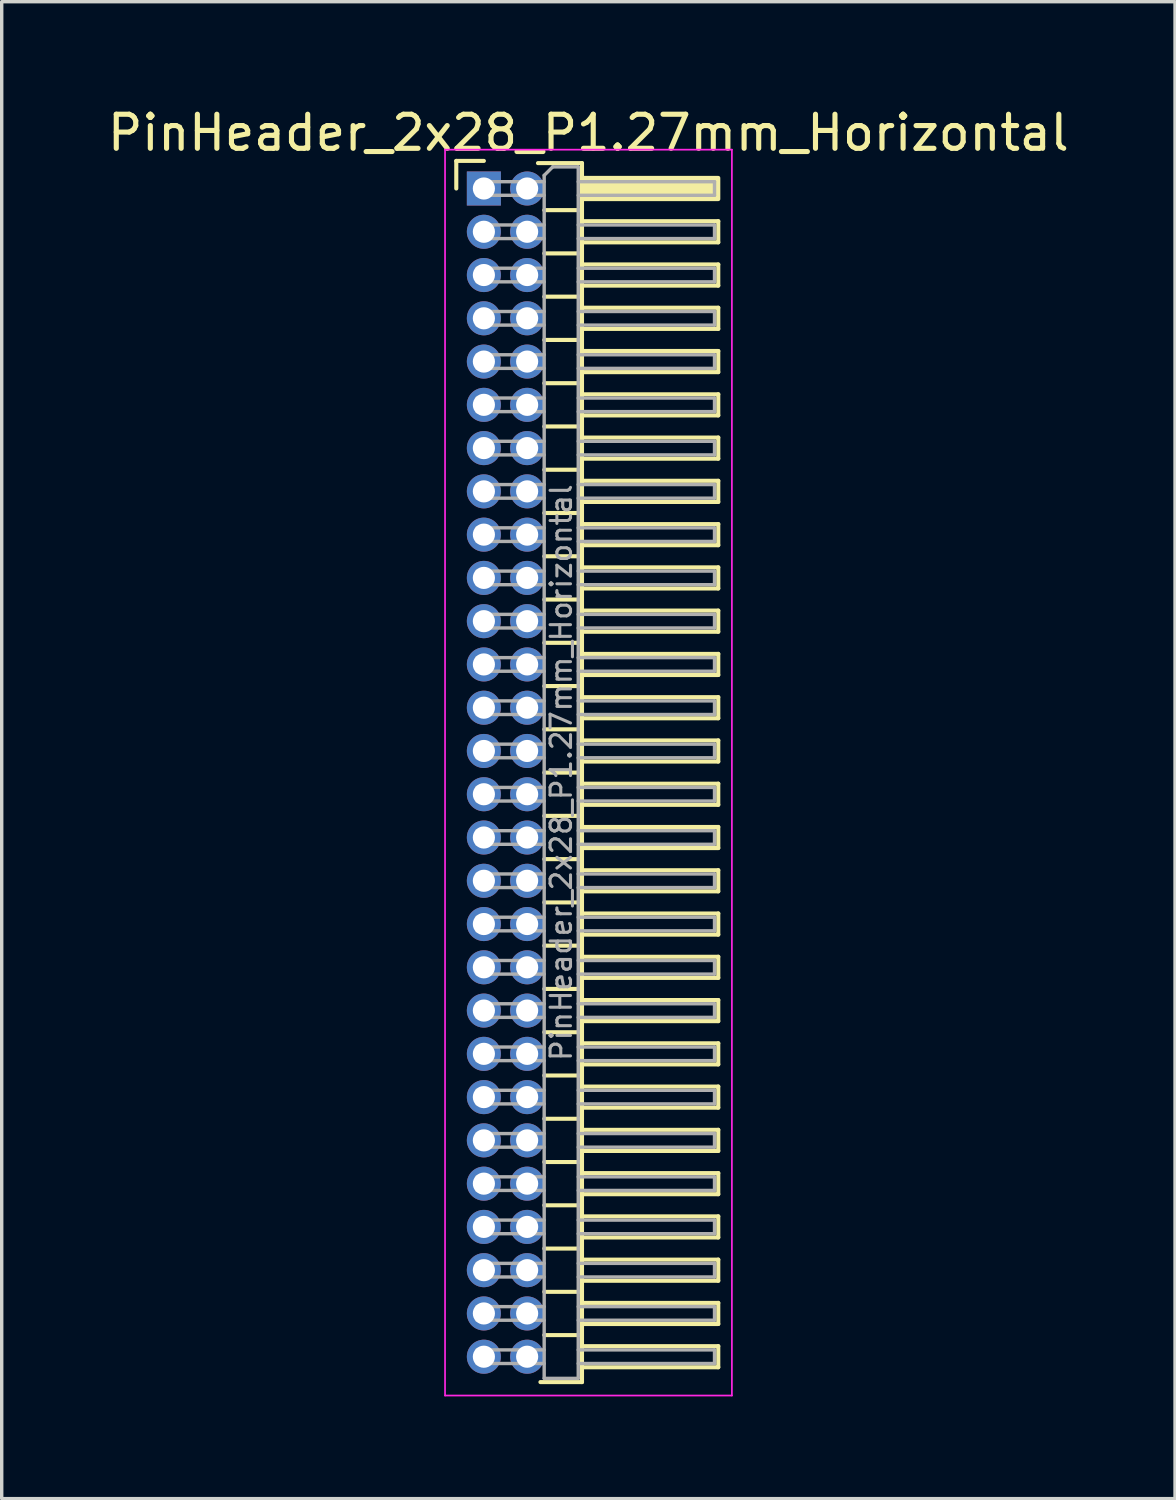
<source format=kicad_pcb>
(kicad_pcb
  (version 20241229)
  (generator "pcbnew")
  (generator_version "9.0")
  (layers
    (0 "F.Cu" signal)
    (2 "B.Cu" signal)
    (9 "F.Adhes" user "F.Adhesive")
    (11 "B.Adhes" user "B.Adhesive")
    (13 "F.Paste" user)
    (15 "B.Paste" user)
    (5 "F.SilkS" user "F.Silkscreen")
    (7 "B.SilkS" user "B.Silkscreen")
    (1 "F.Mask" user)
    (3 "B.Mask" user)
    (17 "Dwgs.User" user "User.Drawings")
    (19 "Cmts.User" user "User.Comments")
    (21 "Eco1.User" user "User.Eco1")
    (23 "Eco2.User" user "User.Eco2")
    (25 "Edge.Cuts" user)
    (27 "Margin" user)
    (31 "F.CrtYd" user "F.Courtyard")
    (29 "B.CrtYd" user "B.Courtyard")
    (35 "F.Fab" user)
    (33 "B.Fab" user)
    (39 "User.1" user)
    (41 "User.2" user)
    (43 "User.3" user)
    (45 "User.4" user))
  (footprint "PinHeader_2x28_P1.27mm_Horizontal"
    (layer "F.Cu")
    (at 11.153 2.483)
    (property "Reference" "PinHeader_2x28_P1.27mm_Horizontal" (at 3.067 -1.635 0) (layer "F.SilkS") (effects (font (size 1 1) (thickness 0.15))))
    (attr through_hole)
    (fp_line (start -0.81 -0.81) (end 0 -0.81) (stroke (width 0.12) (type solid)) (layer "F.SilkS"))
    (fp_line (start -0.81 0) (end -0.81 -0.81) (stroke (width 0.12) (type solid)) (layer "F.SilkS"))
    (fp_line (start 1.588 -0.745) (end 2.88 -0.745) (stroke (width 0.12) (type solid)) (layer "F.SilkS"))
    (fp_line (start 1.773 0.635) (end 2.88 0.635) (stroke (width 0.12) (type solid)) (layer "F.SilkS"))
    (fp_line (start 1.773 1.905) (end 2.88 1.905) (stroke (width 0.12) (type solid)) (layer "F.SilkS"))
    (fp_line (start 1.773 3.175) (end 2.88 3.175) (stroke (width 0.12) (type solid)) (layer "F.SilkS"))
    (fp_line (start 1.773 4.445) (end 2.88 4.445) (stroke (width 0.12) (type solid)) (layer "F.SilkS"))
    (fp_line (start 1.773 5.715) (end 2.88 5.715) (stroke (width 0.12) (type solid)) (layer "F.SilkS"))
    (fp_line (start 1.773 6.985) (end 2.88 6.985) (stroke (width 0.12) (type solid)) (layer "F.SilkS"))
    (fp_line (start 1.773 8.255) (end 2.88 8.255) (stroke (width 0.12) (type solid)) (layer "F.SilkS"))
    (fp_line (start 1.773 9.525) (end 2.88 9.525) (stroke (width 0.12) (type solid)) (layer "F.SilkS"))
    (fp_line (start 1.773 10.795) (end 2.88 10.795) (stroke (width 0.12) (type solid)) (layer "F.SilkS"))
    (fp_line (start 1.773 12.065) (end 2.88 12.065) (stroke (width 0.12) (type solid)) (layer "F.SilkS"))
    (fp_line (start 1.773 13.335) (end 2.88 13.335) (stroke (width 0.12) (type solid)) (layer "F.SilkS"))
    (fp_line (start 1.773 14.605) (end 2.88 14.605) (stroke (width 0.12) (type solid)) (layer "F.SilkS"))
    (fp_line (start 1.773 15.875) (end 2.88 15.875) (stroke (width 0.12) (type solid)) (layer "F.SilkS"))
    (fp_line (start 1.773 17.145) (end 2.88 17.145) (stroke (width 0.12) (type solid)) (layer "F.SilkS"))
    (fp_line (start 1.773 18.415) (end 2.88 18.415) (stroke (width 0.12) (type solid)) (layer "F.SilkS"))
    (fp_line (start 1.773 19.685) (end 2.88 19.685) (stroke (width 0.12) (type solid)) (layer "F.SilkS"))
    (fp_line (start 1.773 20.955) (end 2.88 20.955) (stroke (width 0.12) (type solid)) (layer "F.SilkS"))
    (fp_line (start 1.773 22.225) (end 2.88 22.225) (stroke (width 0.12) (type solid)) (layer "F.SilkS"))
    (fp_line (start 1.773 23.495) (end 2.88 23.495) (stroke (width 0.12) (type solid)) (layer "F.SilkS"))
    (fp_line (start 1.773 24.765) (end 2.88 24.765) (stroke (width 0.12) (type solid)) (layer "F.SilkS"))
    (fp_line (start 1.773 26.035) (end 2.88 26.035) (stroke (width 0.12) (type solid)) (layer "F.SilkS"))
    (fp_line (start 1.773 27.305) (end 2.88 27.305) (stroke (width 0.12) (type solid)) (layer "F.SilkS"))
    (fp_line (start 1.773 28.575) (end 2.88 28.575) (stroke (width 0.12) (type solid)) (layer "F.SilkS"))
    (fp_line (start 1.773 29.845) (end 2.88 29.845) (stroke (width 0.12) (type solid)) (layer "F.SilkS"))
    (fp_line (start 1.773 31.115) (end 2.88 31.115) (stroke (width 0.12) (type solid)) (layer "F.SilkS"))
    (fp_line (start 1.773 32.385) (end 2.88 32.385) (stroke (width 0.12) (type solid)) (layer "F.SilkS"))
    (fp_line (start 1.773 33.655) (end 2.88 33.655) (stroke (width 0.12) (type solid)) (layer "F.SilkS"))
    (fp_line (start 2.88 -0.745) (end 2.88 35.035) (stroke (width 0.12) (type solid)) (layer "F.SilkS"))
    (fp_line (start 2.88 0.96) (end 6.88 0.96) (stroke (width 0.12) (type solid)) (layer "F.SilkS"))
    (fp_line (start 2.88 2.23) (end 6.88 2.23) (stroke (width 0.12) (type solid)) (layer "F.SilkS"))
    (fp_line (start 2.88 3.5) (end 6.88 3.5) (stroke (width 0.12) (type solid)) (layer "F.SilkS"))
    (fp_line (start 2.88 4.77) (end 6.88 4.77) (stroke (width 0.12) (type solid)) (layer "F.SilkS"))
    (fp_line (start 2.88 6.04) (end 6.88 6.04) (stroke (width 0.12) (type solid)) (layer "F.SilkS"))
    (fp_line (start 2.88 7.31) (end 6.88 7.31) (stroke (width 0.12) (type solid)) (layer "F.SilkS"))
    (fp_line (start 2.88 8.58) (end 6.88 8.58) (stroke (width 0.12) (type solid)) (layer "F.SilkS"))
    (fp_line (start 2.88 9.85) (end 6.88 9.85) (stroke (width 0.12) (type solid)) (layer "F.SilkS"))
    (fp_line (start 2.88 11.12) (end 6.88 11.12) (stroke (width 0.12) (type solid)) (layer "F.SilkS"))
    (fp_line (start 2.88 12.39) (end 6.88 12.39) (stroke (width 0.12) (type solid)) (layer "F.SilkS"))
    (fp_line (start 2.88 13.66) (end 6.88 13.66) (stroke (width 0.12) (type solid)) (layer "F.SilkS"))
    (fp_line (start 2.88 14.93) (end 6.88 14.93) (stroke (width 0.12) (type solid)) (layer "F.SilkS"))
    (fp_line (start 2.88 16.2) (end 6.88 16.2) (stroke (width 0.12) (type solid)) (layer "F.SilkS"))
    (fp_line (start 2.88 17.47) (end 6.88 17.47) (stroke (width 0.12) (type solid)) (layer "F.SilkS"))
    (fp_line (start 2.88 18.74) (end 6.88 18.74) (stroke (width 0.12) (type solid)) (layer "F.SilkS"))
    (fp_line (start 2.88 20.01) (end 6.88 20.01) (stroke (width 0.12) (type solid)) (layer "F.SilkS"))
    (fp_line (start 2.88 21.28) (end 6.88 21.28) (stroke (width 0.12) (type solid)) (layer "F.SilkS"))
    (fp_line (start 2.88 22.55) (end 6.88 22.55) (stroke (width 0.12) (type solid)) (layer "F.SilkS"))
    (fp_line (start 2.88 23.82) (end 6.88 23.82) (stroke (width 0.12) (type solid)) (layer "F.SilkS"))
    (fp_line (start 2.88 25.09) (end 6.88 25.09) (stroke (width 0.12) (type solid)) (layer "F.SilkS"))
    (fp_line (start 2.88 26.36) (end 6.88 26.36) (stroke (width 0.12) (type solid)) (layer "F.SilkS"))
    (fp_line (start 2.88 27.63) (end 6.88 27.63) (stroke (width 0.12) (type solid)) (layer "F.SilkS"))
    (fp_line (start 2.88 28.9) (end 6.88 28.9) (stroke (width 0.12) (type solid)) (layer "F.SilkS"))
    (fp_line (start 2.88 30.17) (end 6.88 30.17) (stroke (width 0.12) (type solid)) (layer "F.SilkS"))
    (fp_line (start 2.88 31.44) (end 6.88 31.44) (stroke (width 0.12) (type solid)) (layer "F.SilkS"))
    (fp_line (start 2.88 32.71) (end 6.88 32.71) (stroke (width 0.12) (type solid)) (layer "F.SilkS"))
    (fp_line (start 2.88 33.98) (end 6.88 33.98) (stroke (width 0.12) (type solid)) (layer "F.SilkS"))
    (fp_line (start 2.88 35.035) (end 1.66 35.035) (stroke (width 0.12) (type solid)) (layer "F.SilkS"))
    (fp_line (start 6.88 0.96) (end 6.88 1.58) (stroke (width 0.12) (type solid)) (layer "F.SilkS"))
    (fp_line (start 6.88 1.58) (end 2.88 1.58) (stroke (width 0.12) (type solid)) (layer "F.SilkS"))
    (fp_line (start 6.88 2.23) (end 6.88 2.85) (stroke (width 0.12) (type solid)) (layer "F.SilkS"))
    (fp_line (start 6.88 2.85) (end 2.88 2.85) (stroke (width 0.12) (type solid)) (layer "F.SilkS"))
    (fp_line (start 6.88 3.5) (end 6.88 4.12) (stroke (width 0.12) (type solid)) (layer "F.SilkS"))
    (fp_line (start 6.88 4.12) (end 2.88 4.12) (stroke (width 0.12) (type solid)) (layer "F.SilkS"))
    (fp_line (start 6.88 4.77) (end 6.88 5.39) (stroke (width 0.12) (type solid)) (layer "F.SilkS"))
    (fp_line (start 6.88 5.39) (end 2.88 5.39) (stroke (width 0.12) (type solid)) (layer "F.SilkS"))
    (fp_line (start 6.88 6.04) (end 6.88 6.66) (stroke (width 0.12) (type solid)) (layer "F.SilkS"))
    (fp_line (start 6.88 6.66) (end 2.88 6.66) (stroke (width 0.12) (type solid)) (layer "F.SilkS"))
    (fp_line (start 6.88 7.31) (end 6.88 7.93) (stroke (width 0.12) (type solid)) (layer "F.SilkS"))
    (fp_line (start 6.88 7.93) (end 2.88 7.93) (stroke (width 0.12) (type solid)) (layer "F.SilkS"))
    (fp_line (start 6.88 8.58) (end 6.88 9.2) (stroke (width 0.12) (type solid)) (layer "F.SilkS"))
    (fp_line (start 6.88 9.2) (end 2.88 9.2) (stroke (width 0.12) (type solid)) (layer "F.SilkS"))
    (fp_line (start 6.88 9.85) (end 6.88 10.47) (stroke (width 0.12) (type solid)) (layer "F.SilkS"))
    (fp_line (start 6.88 10.47) (end 2.88 10.47) (stroke (width 0.12) (type solid)) (layer "F.SilkS"))
    (fp_line (start 6.88 11.12) (end 6.88 11.74) (stroke (width 0.12) (type solid)) (layer "F.SilkS"))
    (fp_line (start 6.88 11.74) (end 2.88 11.74) (stroke (width 0.12) (type solid)) (layer "F.SilkS"))
    (fp_line (start 6.88 12.39) (end 6.88 13.01) (stroke (width 0.12) (type solid)) (layer "F.SilkS"))
    (fp_line (start 6.88 13.01) (end 2.88 13.01) (stroke (width 0.12) (type solid)) (layer "F.SilkS"))
    (fp_line (start 6.88 13.66) (end 6.88 14.28) (stroke (width 0.12) (type solid)) (layer "F.SilkS"))
    (fp_line (start 6.88 14.28) (end 2.88 14.28) (stroke (width 0.12) (type solid)) (layer "F.SilkS"))
    (fp_line (start 6.88 14.93) (end 6.88 15.55) (stroke (width 0.12) (type solid)) (layer "F.SilkS"))
    (fp_line (start 6.88 15.55) (end 2.88 15.55) (stroke (width 0.12) (type solid)) (layer "F.SilkS"))
    (fp_line (start 6.88 16.2) (end 6.88 16.82) (stroke (width 0.12) (type solid)) (layer "F.SilkS"))
    (fp_line (start 6.88 16.82) (end 2.88 16.82) (stroke (width 0.12) (type solid)) (layer "F.SilkS"))
    (fp_line (start 6.88 17.47) (end 6.88 18.09) (stroke (width 0.12) (type solid)) (layer "F.SilkS"))
    (fp_line (start 6.88 18.09) (end 2.88 18.09) (stroke (width 0.12) (type solid)) (layer "F.SilkS"))
    (fp_line (start 6.88 18.74) (end 6.88 19.36) (stroke (width 0.12) (type solid)) (layer "F.SilkS"))
    (fp_line (start 6.88 19.36) (end 2.88 19.36) (stroke (width 0.12) (type solid)) (layer "F.SilkS"))
    (fp_line (start 6.88 20.01) (end 6.88 20.63) (stroke (width 0.12) (type solid)) (layer "F.SilkS"))
    (fp_line (start 6.88 20.63) (end 2.88 20.63) (stroke (width 0.12) (type solid)) (layer "F.SilkS"))
    (fp_line (start 6.88 21.28) (end 6.88 21.9) (stroke (width 0.12) (type solid)) (layer "F.SilkS"))
    (fp_line (start 6.88 21.9) (end 2.88 21.9) (stroke (width 0.12) (type solid)) (layer "F.SilkS"))
    (fp_line (start 6.88 22.55) (end 6.88 23.17) (stroke (width 0.12) (type solid)) (layer "F.SilkS"))
    (fp_line (start 6.88 23.17) (end 2.88 23.17) (stroke (width 0.12) (type solid)) (layer "F.SilkS"))
    (fp_line (start 6.88 23.82) (end 6.88 24.44) (stroke (width 0.12) (type solid)) (layer "F.SilkS"))
    (fp_line (start 6.88 24.44) (end 2.88 24.44) (stroke (width 0.12) (type solid)) (layer "F.SilkS"))
    (fp_line (start 6.88 25.09) (end 6.88 25.71) (stroke (width 0.12) (type solid)) (layer "F.SilkS"))
    (fp_line (start 6.88 25.71) (end 2.88 25.71) (stroke (width 0.12) (type solid)) (layer "F.SilkS"))
    (fp_line (start 6.88 26.36) (end 6.88 26.98) (stroke (width 0.12) (type solid)) (layer "F.SilkS"))
    (fp_line (start 6.88 26.98) (end 2.88 26.98) (stroke (width 0.12) (type solid)) (layer "F.SilkS"))
    (fp_line (start 6.88 27.63) (end 6.88 28.25) (stroke (width 0.12) (type solid)) (layer "F.SilkS"))
    (fp_line (start 6.88 28.25) (end 2.88 28.25) (stroke (width 0.12) (type solid)) (layer "F.SilkS"))
    (fp_line (start 6.88 28.9) (end 6.88 29.52) (stroke (width 0.12) (type solid)) (layer "F.SilkS"))
    (fp_line (start 6.88 29.52) (end 2.88 29.52) (stroke (width 0.12) (type solid)) (layer "F.SilkS"))
    (fp_line (start 6.88 30.17) (end 6.88 30.79) (stroke (width 0.12) (type solid)) (layer "F.SilkS"))
    (fp_line (start 6.88 30.79) (end 2.88 30.79) (stroke (width 0.12) (type solid)) (layer "F.SilkS"))
    (fp_line (start 6.88 31.44) (end 6.88 32.06) (stroke (width 0.12) (type solid)) (layer "F.SilkS"))
    (fp_line (start 6.88 32.06) (end 2.88 32.06) (stroke (width 0.12) (type solid)) (layer "F.SilkS"))
    (fp_line (start 6.88 32.71) (end 6.88 33.33) (stroke (width 0.12) (type solid)) (layer "F.SilkS"))
    (fp_line (start 6.88 33.33) (end 2.88 33.33) (stroke (width 0.12) (type solid)) (layer "F.SilkS"))
    (fp_line (start 6.88 33.98) (end 6.88 34.6) (stroke (width 0.12) (type solid)) (layer "F.SilkS"))
    (fp_line (start 6.88 34.6) (end 2.88 34.6) (stroke (width 0.12) (type solid)) (layer "F.SilkS"))
    (fp_rect (start 2.88 -0.31) (end 6.88 0.31) (stroke (width 0.12) (type solid)) (fill yes) (layer "F.SilkS"))
    (fp_line (start -1.14 -1.14) (end -1.14 35.43) (stroke (width 0.05) (type solid)) (layer "F.CrtYd"))
    (fp_line (start -1.14 35.43) (end 7.28 35.43) (stroke (width 0.05) (type solid)) (layer "F.CrtYd"))
    (fp_line (start 7.28 -1.14) (end -1.14 -1.14) (stroke (width 0.05) (type solid)) (layer "F.CrtYd"))
    (fp_line (start 7.28 35.43) (end 7.28 -1.14) (stroke (width 0.05) (type solid)) (layer "F.CrtYd"))
    (fp_line (start -0.2 -0.2) (end -0.2 0.2) (stroke (width 0.1) (type solid)) (layer "F.Fab"))
    (fp_line (start -0.2 -0.2) (end 1.77 -0.2) (stroke (width 0.1) (type solid)) (layer "F.Fab"))
    (fp_line (start -0.2 0.2) (end 1.77 0.2) (stroke (width 0.1) (type solid)) (layer "F.Fab"))
    (fp_line (start -0.2 1.07) (end -0.2 1.47) (stroke (width 0.1) (type solid)) (layer "F.Fab"))
    (fp_line (start -0.2 1.07) (end 1.77 1.07) (stroke (width 0.1) (type solid)) (layer "F.Fab"))
    (fp_line (start -0.2 1.47) (end 1.77 1.47) (stroke (width 0.1) (type solid)) (layer "F.Fab"))
    (fp_line (start -0.2 2.34) (end -0.2 2.74) (stroke (width 0.1) (type solid)) (layer "F.Fab"))
    (fp_line (start -0.2 2.34) (end 1.77 2.34) (stroke (width 0.1) (type solid)) (layer "F.Fab"))
    (fp_line (start -0.2 2.74) (end 1.77 2.74) (stroke (width 0.1) (type solid)) (layer "F.Fab"))
    (fp_line (start -0.2 3.61) (end -0.2 4.01) (stroke (width 0.1) (type solid)) (layer "F.Fab"))
    (fp_line (start -0.2 3.61) (end 1.77 3.61) (stroke (width 0.1) (type solid)) (layer "F.Fab"))
    (fp_line (start -0.2 4.01) (end 1.77 4.01) (stroke (width 0.1) (type solid)) (layer "F.Fab"))
    (fp_line (start -0.2 4.88) (end -0.2 5.28) (stroke (width 0.1) (type solid)) (layer "F.Fab"))
    (fp_line (start -0.2 4.88) (end 1.77 4.88) (stroke (width 0.1) (type solid)) (layer "F.Fab"))
    (fp_line (start -0.2 5.28) (end 1.77 5.28) (stroke (width 0.1) (type solid)) (layer "F.Fab"))
    (fp_line (start -0.2 6.15) (end -0.2 6.55) (stroke (width 0.1) (type solid)) (layer "F.Fab"))
    (fp_line (start -0.2 6.15) (end 1.77 6.15) (stroke (width 0.1) (type solid)) (layer "F.Fab"))
    (fp_line (start -0.2 6.55) (end 1.77 6.55) (stroke (width 0.1) (type solid)) (layer "F.Fab"))
    (fp_line (start -0.2 7.42) (end -0.2 7.82) (stroke (width 0.1) (type solid)) (layer "F.Fab"))
    (fp_line (start -0.2 7.42) (end 1.77 7.42) (stroke (width 0.1) (type solid)) (layer "F.Fab"))
    (fp_line (start -0.2 7.82) (end 1.77 7.82) (stroke (width 0.1) (type solid)) (layer "F.Fab"))
    (fp_line (start -0.2 8.69) (end -0.2 9.09) (stroke (width 0.1) (type solid)) (layer "F.Fab"))
    (fp_line (start -0.2 8.69) (end 1.77 8.69) (stroke (width 0.1) (type solid)) (layer "F.Fab"))
    (fp_line (start -0.2 9.09) (end 1.77 9.09) (stroke (width 0.1) (type solid)) (layer "F.Fab"))
    (fp_line (start -0.2 9.96) (end -0.2 10.36) (stroke (width 0.1) (type solid)) (layer "F.Fab"))
    (fp_line (start -0.2 9.96) (end 1.77 9.96) (stroke (width 0.1) (type solid)) (layer "F.Fab"))
    (fp_line (start -0.2 10.36) (end 1.77 10.36) (stroke (width 0.1) (type solid)) (layer "F.Fab"))
    (fp_line (start -0.2 11.23) (end -0.2 11.63) (stroke (width 0.1) (type solid)) (layer "F.Fab"))
    (fp_line (start -0.2 11.23) (end 1.77 11.23) (stroke (width 0.1) (type solid)) (layer "F.Fab"))
    (fp_line (start -0.2 11.63) (end 1.77 11.63) (stroke (width 0.1) (type solid)) (layer "F.Fab"))
    (fp_line (start -0.2 12.5) (end -0.2 12.9) (stroke (width 0.1) (type solid)) (layer "F.Fab"))
    (fp_line (start -0.2 12.5) (end 1.77 12.5) (stroke (width 0.1) (type solid)) (layer "F.Fab"))
    (fp_line (start -0.2 12.9) (end 1.77 12.9) (stroke (width 0.1) (type solid)) (layer "F.Fab"))
    (fp_line (start -0.2 13.77) (end -0.2 14.17) (stroke (width 0.1) (type solid)) (layer "F.Fab"))
    (fp_line (start -0.2 13.77) (end 1.77 13.77) (stroke (width 0.1) (type solid)) (layer "F.Fab"))
    (fp_line (start -0.2 14.17) (end 1.77 14.17) (stroke (width 0.1) (type solid)) (layer "F.Fab"))
    (fp_line (start -0.2 15.04) (end -0.2 15.44) (stroke (width 0.1) (type solid)) (layer "F.Fab"))
    (fp_line (start -0.2 15.04) (end 1.77 15.04) (stroke (width 0.1) (type solid)) (layer "F.Fab"))
    (fp_line (start -0.2 15.44) (end 1.77 15.44) (stroke (width 0.1) (type solid)) (layer "F.Fab"))
    (fp_line (start -0.2 16.31) (end -0.2 16.71) (stroke (width 0.1) (type solid)) (layer "F.Fab"))
    (fp_line (start -0.2 16.31) (end 1.77 16.31) (stroke (width 0.1) (type solid)) (layer "F.Fab"))
    (fp_line (start -0.2 16.71) (end 1.77 16.71) (stroke (width 0.1) (type solid)) (layer "F.Fab"))
    (fp_line (start -0.2 17.58) (end -0.2 17.98) (stroke (width 0.1) (type solid)) (layer "F.Fab"))
    (fp_line (start -0.2 17.58) (end 1.77 17.58) (stroke (width 0.1) (type solid)) (layer "F.Fab"))
    (fp_line (start -0.2 17.98) (end 1.77 17.98) (stroke (width 0.1) (type solid)) (layer "F.Fab"))
    (fp_line (start -0.2 18.85) (end -0.2 19.25) (stroke (width 0.1) (type solid)) (layer "F.Fab"))
    (fp_line (start -0.2 18.85) (end 1.77 18.85) (stroke (width 0.1) (type solid)) (layer "F.Fab"))
    (fp_line (start -0.2 19.25) (end 1.77 19.25) (stroke (width 0.1) (type solid)) (layer "F.Fab"))
    (fp_line (start -0.2 20.12) (end -0.2 20.52) (stroke (width 0.1) (type solid)) (layer "F.Fab"))
    (fp_line (start -0.2 20.12) (end 1.77 20.12) (stroke (width 0.1) (type solid)) (layer "F.Fab"))
    (fp_line (start -0.2 20.52) (end 1.77 20.52) (stroke (width 0.1) (type solid)) (layer "F.Fab"))
    (fp_line (start -0.2 21.39) (end -0.2 21.79) (stroke (width 0.1) (type solid)) (layer "F.Fab"))
    (fp_line (start -0.2 21.39) (end 1.77 21.39) (stroke (width 0.1) (type solid)) (layer "F.Fab"))
    (fp_line (start -0.2 21.79) (end 1.77 21.79) (stroke (width 0.1) (type solid)) (layer "F.Fab"))
    (fp_line (start -0.2 22.66) (end -0.2 23.06) (stroke (width 0.1) (type solid)) (layer "F.Fab"))
    (fp_line (start -0.2 22.66) (end 1.77 22.66) (stroke (width 0.1) (type solid)) (layer "F.Fab"))
    (fp_line (start -0.2 23.06) (end 1.77 23.06) (stroke (width 0.1) (type solid)) (layer "F.Fab"))
    (fp_line (start -0.2 23.93) (end -0.2 24.33) (stroke (width 0.1) (type solid)) (layer "F.Fab"))
    (fp_line (start -0.2 23.93) (end 1.77 23.93) (stroke (width 0.1) (type solid)) (layer "F.Fab"))
    (fp_line (start -0.2 24.33) (end 1.77 24.33) (stroke (width 0.1) (type solid)) (layer "F.Fab"))
    (fp_line (start -0.2 25.2) (end -0.2 25.6) (stroke (width 0.1) (type solid)) (layer "F.Fab"))
    (fp_line (start -0.2 25.2) (end 1.77 25.2) (stroke (width 0.1) (type solid)) (layer "F.Fab"))
    (fp_line (start -0.2 25.6) (end 1.77 25.6) (stroke (width 0.1) (type solid)) (layer "F.Fab"))
    (fp_line (start -0.2 26.47) (end -0.2 26.87) (stroke (width 0.1) (type solid)) (layer "F.Fab"))
    (fp_line (start -0.2 26.47) (end 1.77 26.47) (stroke (width 0.1) (type solid)) (layer "F.Fab"))
    (fp_line (start -0.2 26.87) (end 1.77 26.87) (stroke (width 0.1) (type solid)) (layer "F.Fab"))
    (fp_line (start -0.2 27.74) (end -0.2 28.14) (stroke (width 0.1) (type solid)) (layer "F.Fab"))
    (fp_line (start -0.2 27.74) (end 1.77 27.74) (stroke (width 0.1) (type solid)) (layer "F.Fab"))
    (fp_line (start -0.2 28.14) (end 1.77 28.14) (stroke (width 0.1) (type solid)) (layer "F.Fab"))
    (fp_line (start -0.2 29.01) (end -0.2 29.41) (stroke (width 0.1) (type solid)) (layer "F.Fab"))
    (fp_line (start -0.2 29.01) (end 1.77 29.01) (stroke (width 0.1) (type solid)) (layer "F.Fab"))
    (fp_line (start -0.2 29.41) (end 1.77 29.41) (stroke (width 0.1) (type solid)) (layer "F.Fab"))
    (fp_line (start -0.2 30.28) (end -0.2 30.68) (stroke (width 0.1) (type solid)) (layer "F.Fab"))
    (fp_line (start -0.2 30.28) (end 1.77 30.28) (stroke (width 0.1) (type solid)) (layer "F.Fab"))
    (fp_line (start -0.2 30.68) (end 1.77 30.68) (stroke (width 0.1) (type solid)) (layer "F.Fab"))
    (fp_line (start -0.2 31.55) (end -0.2 31.95) (stroke (width 0.1) (type solid)) (layer "F.Fab"))
    (fp_line (start -0.2 31.55) (end 1.77 31.55) (stroke (width 0.1) (type solid)) (layer "F.Fab"))
    (fp_line (start -0.2 31.95) (end 1.77 31.95) (stroke (width 0.1) (type solid)) (layer "F.Fab"))
    (fp_line (start -0.2 32.82) (end -0.2 33.22) (stroke (width 0.1) (type solid)) (layer "F.Fab"))
    (fp_line (start -0.2 32.82) (end 1.77 32.82) (stroke (width 0.1) (type solid)) (layer "F.Fab"))
    (fp_line (start -0.2 33.22) (end 1.77 33.22) (stroke (width 0.1) (type solid)) (layer "F.Fab"))
    (fp_line (start -0.2 34.09) (end -0.2 34.49) (stroke (width 0.1) (type solid)) (layer "F.Fab"))
    (fp_line (start -0.2 34.09) (end 1.77 34.09) (stroke (width 0.1) (type solid)) (layer "F.Fab"))
    (fp_line (start -0.2 34.49) (end 1.77 34.49) (stroke (width 0.1) (type solid)) (layer "F.Fab"))
    (fp_line (start 1.77 -0.385) (end 2.02 -0.635) (stroke (width 0.1) (type solid)) (layer "F.Fab"))
    (fp_line (start 1.77 34.925) (end 1.77 -0.385) (stroke (width 0.1) (type solid)) (layer "F.Fab"))
    (fp_line (start 2.02 -0.635) (end 2.77 -0.635) (stroke (width 0.1) (type solid)) (layer "F.Fab"))
    (fp_line (start 2.77 -0.635) (end 2.77 34.925) (stroke (width 0.1) (type solid)) (layer "F.Fab"))
    (fp_line (start 2.77 -0.2) (end 6.77 -0.2) (stroke (width 0.1) (type solid)) (layer "F.Fab"))
    (fp_line (start 2.77 0.2) (end 6.77 0.2) (stroke (width 0.1) (type solid)) (layer "F.Fab"))
    (fp_line (start 2.77 1.07) (end 6.77 1.07) (stroke (width 0.1) (type solid)) (layer "F.Fab"))
    (fp_line (start 2.77 1.47) (end 6.77 1.47) (stroke (width 0.1) (type solid)) (layer "F.Fab"))
    (fp_line (start 2.77 2.34) (end 6.77 2.34) (stroke (width 0.1) (type solid)) (layer "F.Fab"))
    (fp_line (start 2.77 2.74) (end 6.77 2.74) (stroke (width 0.1) (type solid)) (layer "F.Fab"))
    (fp_line (start 2.77 3.61) (end 6.77 3.61) (stroke (width 0.1) (type solid)) (layer "F.Fab"))
    (fp_line (start 2.77 4.01) (end 6.77 4.01) (stroke (width 0.1) (type solid)) (layer "F.Fab"))
    (fp_line (start 2.77 4.88) (end 6.77 4.88) (stroke (width 0.1) (type solid)) (layer "F.Fab"))
    (fp_line (start 2.77 5.28) (end 6.77 5.28) (stroke (width 0.1) (type solid)) (layer "F.Fab"))
    (fp_line (start 2.77 6.15) (end 6.77 6.15) (stroke (width 0.1) (type solid)) (layer "F.Fab"))
    (fp_line (start 2.77 6.55) (end 6.77 6.55) (stroke (width 0.1) (type solid)) (layer "F.Fab"))
    (fp_line (start 2.77 7.42) (end 6.77 7.42) (stroke (width 0.1) (type solid)) (layer "F.Fab"))
    (fp_line (start 2.77 7.82) (end 6.77 7.82) (stroke (width 0.1) (type solid)) (layer "F.Fab"))
    (fp_line (start 2.77 8.69) (end 6.77 8.69) (stroke (width 0.1) (type solid)) (layer "F.Fab"))
    (fp_line (start 2.77 9.09) (end 6.77 9.09) (stroke (width 0.1) (type solid)) (layer "F.Fab"))
    (fp_line (start 2.77 9.96) (end 6.77 9.96) (stroke (width 0.1) (type solid)) (layer "F.Fab"))
    (fp_line (start 2.77 10.36) (end 6.77 10.36) (stroke (width 0.1) (type solid)) (layer "F.Fab"))
    (fp_line (start 2.77 11.23) (end 6.77 11.23) (stroke (width 0.1) (type solid)) (layer "F.Fab"))
    (fp_line (start 2.77 11.63) (end 6.77 11.63) (stroke (width 0.1) (type solid)) (layer "F.Fab"))
    (fp_line (start 2.77 12.5) (end 6.77 12.5) (stroke (width 0.1) (type solid)) (layer "F.Fab"))
    (fp_line (start 2.77 12.9) (end 6.77 12.9) (stroke (width 0.1) (type solid)) (layer "F.Fab"))
    (fp_line (start 2.77 13.77) (end 6.77 13.77) (stroke (width 0.1) (type solid)) (layer "F.Fab"))
    (fp_line (start 2.77 14.17) (end 6.77 14.17) (stroke (width 0.1) (type solid)) (layer "F.Fab"))
    (fp_line (start 2.77 15.04) (end 6.77 15.04) (stroke (width 0.1) (type solid)) (layer "F.Fab"))
    (fp_line (start 2.77 15.44) (end 6.77 15.44) (stroke (width 0.1) (type solid)) (layer "F.Fab"))
    (fp_line (start 2.77 16.31) (end 6.77 16.31) (stroke (width 0.1) (type solid)) (layer "F.Fab"))
    (fp_line (start 2.77 16.71) (end 6.77 16.71) (stroke (width 0.1) (type solid)) (layer "F.Fab"))
    (fp_line (start 2.77 17.58) (end 6.77 17.58) (stroke (width 0.1) (type solid)) (layer "F.Fab"))
    (fp_line (start 2.77 17.98) (end 6.77 17.98) (stroke (width 0.1) (type solid)) (layer "F.Fab"))
    (fp_line (start 2.77 18.85) (end 6.77 18.85) (stroke (width 0.1) (type solid)) (layer "F.Fab"))
    (fp_line (start 2.77 19.25) (end 6.77 19.25) (stroke (width 0.1) (type solid)) (layer "F.Fab"))
    (fp_line (start 2.77 20.12) (end 6.77 20.12) (stroke (width 0.1) (type solid)) (layer "F.Fab"))
    (fp_line (start 2.77 20.52) (end 6.77 20.52) (stroke (width 0.1) (type solid)) (layer "F.Fab"))
    (fp_line (start 2.77 21.39) (end 6.77 21.39) (stroke (width 0.1) (type solid)) (layer "F.Fab"))
    (fp_line (start 2.77 21.79) (end 6.77 21.79) (stroke (width 0.1) (type solid)) (layer "F.Fab"))
    (fp_line (start 2.77 22.66) (end 6.77 22.66) (stroke (width 0.1) (type solid)) (layer "F.Fab"))
    (fp_line (start 2.77 23.06) (end 6.77 23.06) (stroke (width 0.1) (type solid)) (layer "F.Fab"))
    (fp_line (start 2.77 23.93) (end 6.77 23.93) (stroke (width 0.1) (type solid)) (layer "F.Fab"))
    (fp_line (start 2.77 24.33) (end 6.77 24.33) (stroke (width 0.1) (type solid)) (layer "F.Fab"))
    (fp_line (start 2.77 25.2) (end 6.77 25.2) (stroke (width 0.1) (type solid)) (layer "F.Fab"))
    (fp_line (start 2.77 25.6) (end 6.77 25.6) (stroke (width 0.1) (type solid)) (layer "F.Fab"))
    (fp_line (start 2.77 26.47) (end 6.77 26.47) (stroke (width 0.1) (type solid)) (layer "F.Fab"))
    (fp_line (start 2.77 26.87) (end 6.77 26.87) (stroke (width 0.1) (type solid)) (layer "F.Fab"))
    (fp_line (start 2.77 27.74) (end 6.77 27.74) (stroke (width 0.1) (type solid)) (layer "F.Fab"))
    (fp_line (start 2.77 28.14) (end 6.77 28.14) (stroke (width 0.1) (type solid)) (layer "F.Fab"))
    (fp_line (start 2.77 29.01) (end 6.77 29.01) (stroke (width 0.1) (type solid)) (layer "F.Fab"))
    (fp_line (start 2.77 29.41) (end 6.77 29.41) (stroke (width 0.1) (type solid)) (layer "F.Fab"))
    (fp_line (start 2.77 30.28) (end 6.77 30.28) (stroke (width 0.1) (type solid)) (layer "F.Fab"))
    (fp_line (start 2.77 30.68) (end 6.77 30.68) (stroke (width 0.1) (type solid)) (layer "F.Fab"))
    (fp_line (start 2.77 31.55) (end 6.77 31.55) (stroke (width 0.1) (type solid)) (layer "F.Fab"))
    (fp_line (start 2.77 31.95) (end 6.77 31.95) (stroke (width 0.1) (type solid)) (layer "F.Fab"))
    (fp_line (start 2.77 32.82) (end 6.77 32.82) (stroke (width 0.1) (type solid)) (layer "F.Fab"))
    (fp_line (start 2.77 33.22) (end 6.77 33.22) (stroke (width 0.1) (type solid)) (layer "F.Fab"))
    (fp_line (start 2.77 34.09) (end 6.77 34.09) (stroke (width 0.1) (type solid)) (layer "F.Fab"))
    (fp_line (start 2.77 34.49) (end 6.77 34.49) (stroke (width 0.1) (type solid)) (layer "F.Fab"))
    (fp_line (start 2.77 34.925) (end 1.77 34.925) (stroke (width 0.1) (type solid)) (layer "F.Fab"))
    (fp_line (start 6.77 -0.2) (end 6.77 0.2) (stroke (width 0.1) (type solid)) (layer "F.Fab"))
    (fp_line (start 6.77 1.07) (end 6.77 1.47) (stroke (width 0.1) (type solid)) (layer "F.Fab"))
    (fp_line (start 6.77 2.34) (end 6.77 2.74) (stroke (width 0.1) (type solid)) (layer "F.Fab"))
    (fp_line (start 6.77 3.61) (end 6.77 4.01) (stroke (width 0.1) (type solid)) (layer "F.Fab"))
    (fp_line (start 6.77 4.88) (end 6.77 5.28) (stroke (width 0.1) (type solid)) (layer "F.Fab"))
    (fp_line (start 6.77 6.15) (end 6.77 6.55) (stroke (width 0.1) (type solid)) (layer "F.Fab"))
    (fp_line (start 6.77 7.42) (end 6.77 7.82) (stroke (width 0.1) (type solid)) (layer "F.Fab"))
    (fp_line (start 6.77 8.69) (end 6.77 9.09) (stroke (width 0.1) (type solid)) (layer "F.Fab"))
    (fp_line (start 6.77 9.96) (end 6.77 10.36) (stroke (width 0.1) (type solid)) (layer "F.Fab"))
    (fp_line (start 6.77 11.23) (end 6.77 11.63) (stroke (width 0.1) (type solid)) (layer "F.Fab"))
    (fp_line (start 6.77 12.5) (end 6.77 12.9) (stroke (width 0.1) (type solid)) (layer "F.Fab"))
    (fp_line (start 6.77 13.77) (end 6.77 14.17) (stroke (width 0.1) (type solid)) (layer "F.Fab"))
    (fp_line (start 6.77 15.04) (end 6.77 15.44) (stroke (width 0.1) (type solid)) (layer "F.Fab"))
    (fp_line (start 6.77 16.31) (end 6.77 16.71) (stroke (width 0.1) (type solid)) (layer "F.Fab"))
    (fp_line (start 6.77 17.58) (end 6.77 17.98) (stroke (width 0.1) (type solid)) (layer "F.Fab"))
    (fp_line (start 6.77 18.85) (end 6.77 19.25) (stroke (width 0.1) (type solid)) (layer "F.Fab"))
    (fp_line (start 6.77 20.12) (end 6.77 20.52) (stroke (width 0.1) (type solid)) (layer "F.Fab"))
    (fp_line (start 6.77 21.39) (end 6.77 21.79) (stroke (width 0.1) (type solid)) (layer "F.Fab"))
    (fp_line (start 6.77 22.66) (end 6.77 23.06) (stroke (width 0.1) (type solid)) (layer "F.Fab"))
    (fp_line (start 6.77 23.93) (end 6.77 24.33) (stroke (width 0.1) (type solid)) (layer "F.Fab"))
    (fp_line (start 6.77 25.2) (end 6.77 25.6) (stroke (width 0.1) (type solid)) (layer "F.Fab"))
    (fp_line (start 6.77 26.47) (end 6.77 26.87) (stroke (width 0.1) (type solid)) (layer "F.Fab"))
    (fp_line (start 6.77 27.74) (end 6.77 28.14) (stroke (width 0.1) (type solid)) (layer "F.Fab"))
    (fp_line (start 6.77 29.01) (end 6.77 29.41) (stroke (width 0.1) (type solid)) (layer "F.Fab"))
    (fp_line (start 6.77 30.28) (end 6.77 30.68) (stroke (width 0.1) (type solid)) (layer "F.Fab"))
    (fp_line (start 6.77 31.55) (end 6.77 31.95) (stroke (width 0.1) (type solid)) (layer "F.Fab"))
    (fp_line (start 6.77 32.82) (end 6.77 33.22) (stroke (width 0.1) (type solid)) (layer "F.Fab"))
    (fp_line (start 6.77 34.09) (end 6.77 34.49) (stroke (width 0.1) (type solid)) (layer "F.Fab"))
    (fp_text user "${REFERENCE}" (at 2.27 17.145 90) (layer "F.Fab") (effects (font (size 0.6 0.6) (thickness 0.09))))
    (pad "1" thru_hole rect (at 0 0) (size 1 1) (drill 0.65) (layers "*.Cu" "*.Mask"))
    (pad "2" thru_hole circle (at 1.27 0) (size 1 1) (drill 0.65) (layers "*.Cu" "*.Mask"))
    (pad "3" thru_hole circle (at 0 1.27) (size 1 1) (drill 0.65) (layers "*.Cu" "*.Mask"))
    (pad "4" thru_hole circle (at 1.27 1.27) (size 1 1) (drill 0.65) (layers "*.Cu" "*.Mask"))
    (pad "5" thru_hole circle (at 0 2.54) (size 1 1) (drill 0.65) (layers "*.Cu" "*.Mask"))
    (pad "6" thru_hole circle (at 1.27 2.54) (size 1 1) (drill 0.65) (layers "*.Cu" "*.Mask"))
    (pad "7" thru_hole circle (at 0 3.81) (size 1 1) (drill 0.65) (layers "*.Cu" "*.Mask"))
    (pad "8" thru_hole circle (at 1.27 3.81) (size 1 1) (drill 0.65) (layers "*.Cu" "*.Mask"))
    (pad "9" thru_hole circle (at 0 5.08) (size 1 1) (drill 0.65) (layers "*.Cu" "*.Mask"))
    (pad "10" thru_hole circle (at 1.27 5.08) (size 1 1) (drill 0.65) (layers "*.Cu" "*.Mask"))
    (pad "11" thru_hole circle (at 0 6.35) (size 1 1) (drill 0.65) (layers "*.Cu" "*.Mask"))
    (pad "12" thru_hole circle (at 1.27 6.35) (size 1 1) (drill 0.65) (layers "*.Cu" "*.Mask"))
    (pad "13" thru_hole circle (at 0 7.62) (size 1 1) (drill 0.65) (layers "*.Cu" "*.Mask"))
    (pad "14" thru_hole circle (at 1.27 7.62) (size 1 1) (drill 0.65) (layers "*.Cu" "*.Mask"))
    (pad "15" thru_hole circle (at 0 8.89) (size 1 1) (drill 0.65) (layers "*.Cu" "*.Mask"))
    (pad "16" thru_hole circle (at 1.27 8.89) (size 1 1) (drill 0.65) (layers "*.Cu" "*.Mask"))
    (pad "17" thru_hole circle (at 0 10.16) (size 1 1) (drill 0.65) (layers "*.Cu" "*.Mask"))
    (pad "18" thru_hole circle (at 1.27 10.16) (size 1 1) (drill 0.65) (layers "*.Cu" "*.Mask"))
    (pad "19" thru_hole circle (at 0 11.43) (size 1 1) (drill 0.65) (layers "*.Cu" "*.Mask"))
    (pad "20" thru_hole circle (at 1.27 11.43) (size 1 1) (drill 0.65) (layers "*.Cu" "*.Mask"))
    (pad "21" thru_hole circle (at 0 12.7) (size 1 1) (drill 0.65) (layers "*.Cu" "*.Mask"))
    (pad "22" thru_hole circle (at 1.27 12.7) (size 1 1) (drill 0.65) (layers "*.Cu" "*.Mask"))
    (pad "23" thru_hole circle (at 0 13.97) (size 1 1) (drill 0.65) (layers "*.Cu" "*.Mask"))
    (pad "24" thru_hole circle (at 1.27 13.97) (size 1 1) (drill 0.65) (layers "*.Cu" "*.Mask"))
    (pad "25" thru_hole circle (at 0 15.24) (size 1 1) (drill 0.65) (layers "*.Cu" "*.Mask"))
    (pad "26" thru_hole circle (at 1.27 15.24) (size 1 1) (drill 0.65) (layers "*.Cu" "*.Mask"))
    (pad "27" thru_hole circle (at 0 16.51) (size 1 1) (drill 0.65) (layers "*.Cu" "*.Mask"))
    (pad "28" thru_hole circle (at 1.27 16.51) (size 1 1) (drill 0.65) (layers "*.Cu" "*.Mask"))
    (pad "29" thru_hole circle (at 0 17.78) (size 1 1) (drill 0.65) (layers "*.Cu" "*.Mask"))
    (pad "30" thru_hole circle (at 1.27 17.78) (size 1 1) (drill 0.65) (layers "*.Cu" "*.Mask"))
    (pad "31" thru_hole circle (at 0 19.05) (size 1 1) (drill 0.65) (layers "*.Cu" "*.Mask"))
    (pad "32" thru_hole circle (at 1.27 19.05) (size 1 1) (drill 0.65) (layers "*.Cu" "*.Mask"))
    (pad "33" thru_hole circle (at 0 20.32) (size 1 1) (drill 0.65) (layers "*.Cu" "*.Mask"))
    (pad "34" thru_hole circle (at 1.27 20.32) (size 1 1) (drill 0.65) (layers "*.Cu" "*.Mask"))
    (pad "35" thru_hole circle (at 0 21.59) (size 1 1) (drill 0.65) (layers "*.Cu" "*.Mask"))
    (pad "36" thru_hole circle (at 1.27 21.59) (size 1 1) (drill 0.65) (layers "*.Cu" "*.Mask"))
    (pad "37" thru_hole circle (at 0 22.86) (size 1 1) (drill 0.65) (layers "*.Cu" "*.Mask"))
    (pad "38" thru_hole circle (at 1.27 22.86) (size 1 1) (drill 0.65) (layers "*.Cu" "*.Mask"))
    (pad "39" thru_hole circle (at 0 24.13) (size 1 1) (drill 0.65) (layers "*.Cu" "*.Mask"))
    (pad "40" thru_hole circle (at 1.27 24.13) (size 1 1) (drill 0.65) (layers "*.Cu" "*.Mask"))
    (pad "41" thru_hole circle (at 0 25.4) (size 1 1) (drill 0.65) (layers "*.Cu" "*.Mask"))
    (pad "42" thru_hole circle (at 1.27 25.4) (size 1 1) (drill 0.65) (layers "*.Cu" "*.Mask"))
    (pad "43" thru_hole circle (at 0 26.67) (size 1 1) (drill 0.65) (layers "*.Cu" "*.Mask"))
    (pad "44" thru_hole circle (at 1.27 26.67) (size 1 1) (drill 0.65) (layers "*.Cu" "*.Mask"))
    (pad "45" thru_hole circle (at 0 27.94) (size 1 1) (drill 0.65) (layers "*.Cu" "*.Mask"))
    (pad "46" thru_hole circle (at 1.27 27.94) (size 1 1) (drill 0.65) (layers "*.Cu" "*.Mask"))
    (pad "47" thru_hole circle (at 0 29.21) (size 1 1) (drill 0.65) (layers "*.Cu" "*.Mask"))
    (pad "48" thru_hole circle (at 1.27 29.21) (size 1 1) (drill 0.65) (layers "*.Cu" "*.Mask"))
    (pad "49" thru_hole circle (at 0 30.48) (size 1 1) (drill 0.65) (layers "*.Cu" "*.Mask"))
    (pad "50" thru_hole circle (at 1.27 30.48) (size 1 1) (drill 0.65) (layers "*.Cu" "*.Mask"))
    (pad "51" thru_hole circle (at 0 31.75) (size 1 1) (drill 0.65) (layers "*.Cu" "*.Mask"))
    (pad "52" thru_hole circle (at 1.27 31.75) (size 1 1) (drill 0.65) (layers "*.Cu" "*.Mask"))
    (pad "53" thru_hole circle (at 0 33.02) (size 1 1) (drill 0.65) (layers "*.Cu" "*.Mask"))
    (pad "54" thru_hole circle (at 1.27 33.02) (size 1 1) (drill 0.65) (layers "*.Cu" "*.Mask"))
    (pad "55" thru_hole circle (at 0 34.29) (size 1 1) (drill 0.65) (layers "*.Cu" "*.Mask"))
    (pad "56" thru_hole circle (at 1.27 34.29) (size 1 1) (drill 0.65) (layers "*.Cu" "*.Mask")))
  (gr_rect
    (start -3 -3)
    (end 31.44 40.938)
    (stroke (width 0.1) (type default))
    (fill no)
    (layer "Edge.Cuts")))
</source>
